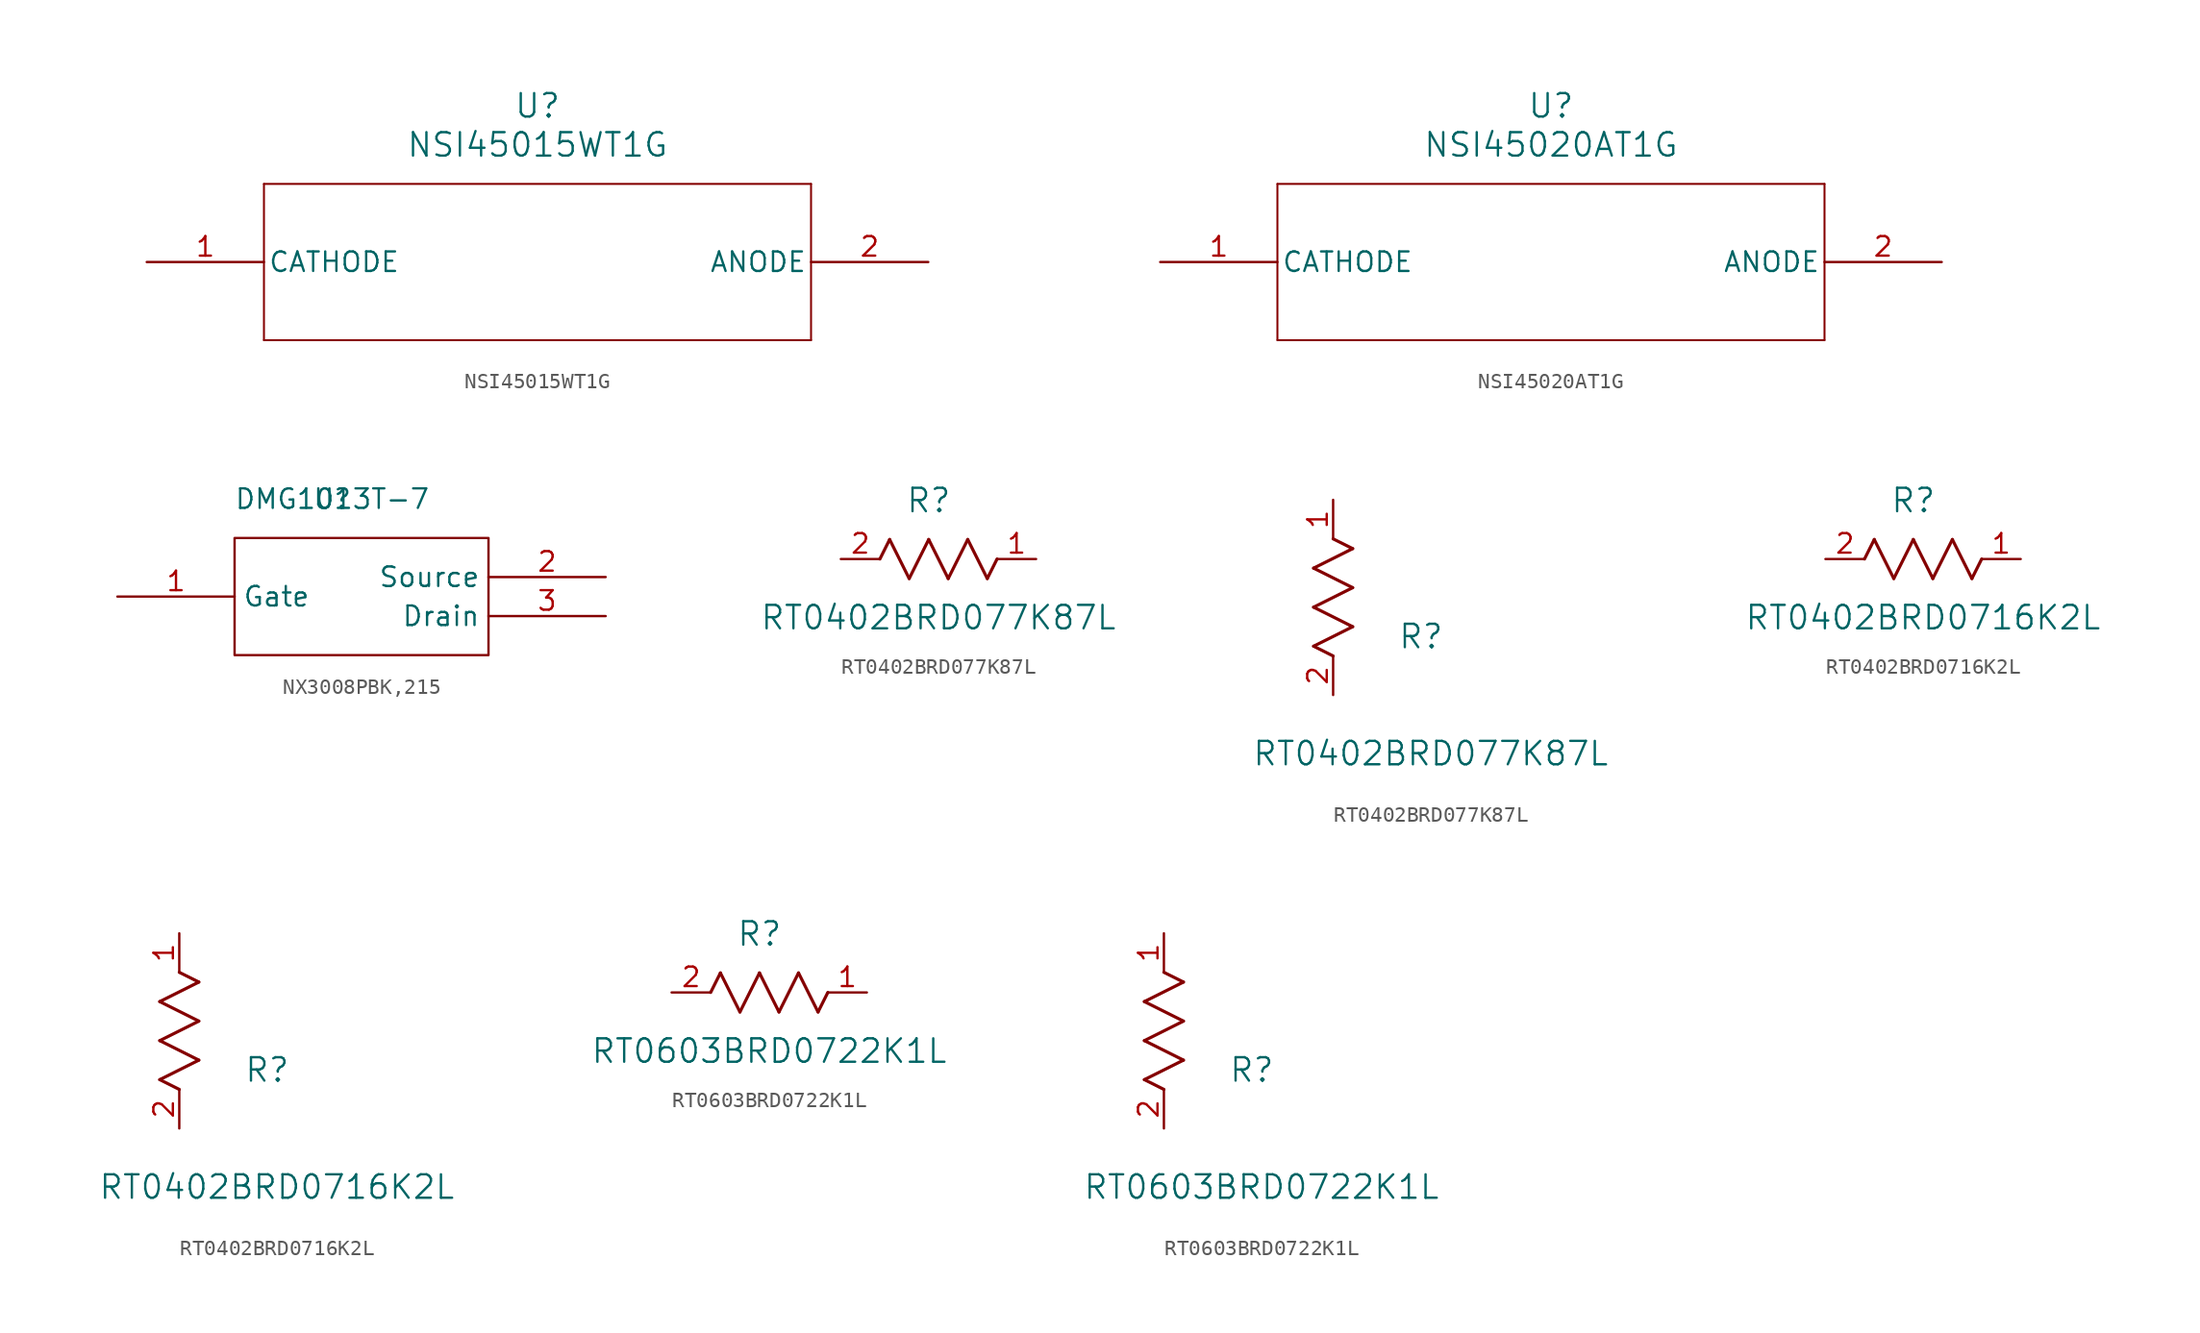
<source format=kicad_sym>
(kicad_symbol_lib
  (version 20231120)
  (generator "kicad_symbol_editor")
  (generator_version "8.0")
  (symbol "NSI45015WT1G"
    (pin_names
      (offset 0.254))
    (property "Reference" "U"
      (at 25.4 10.16 0)
      (effects (font (size 1.524 1.524))))
    (property "Value" "NSI45015WT1G"
      (at 25.4 7.62 0)
      (effects (font (size 1.524 1.524))))
    (property "ki_locked" ""
      (at 0 0 0)
      (effects (font (size 1.27 1.27))))
    (symbol "NSI45015WT1G_1_1"
      (polyline (pts (xy 7.62 -5.08) (xy 43.18 -5.08)) (stroke (width 0.127) (type default)) (fill (type none)))
      (polyline (pts (xy 7.62 5.08) (xy 7.62 -5.08)) (stroke (width 0.127) (type default)) (fill (type none)))
      (polyline (pts (xy 43.18 -5.08) (xy 43.18 5.08)) (stroke (width 0.127) (type default)) (fill (type none)))
      (polyline (pts (xy 43.18 5.08) (xy 7.62 5.08)) (stroke (width 0.127) (type default)) (fill (type none)))
      (pin passive line (at 0 0 0) (length 7.62) (name "CATHODE" (effects (font (size 1.27 1.27)))) (number "1" (effects (font (size 1.27 1.27)))))
      (pin passive line (at 50.8 0 180) (length 7.62) (name "ANODE" (effects (font (size 1.27 1.27)))) (number "2" (effects (font (size 1.27 1.27)))))))
  (symbol "NSI45020AT1G"
    (pin_names
      (offset 0.254))
    (property "Reference" "U"
      (at 25.4 10.16 0)
      (effects (font (size 1.524 1.524))))
    (property "Value" "NSI45020AT1G"
      (at 25.4 7.62 0)
      (effects (font (size 1.524 1.524))))
    (property "ki_locked" ""
      (at 0 0 0)
      (effects (font (size 1.27 1.27))))
    (symbol "NSI45020AT1G_1_1"
      (polyline (pts (xy 7.62 -5.08) (xy 43.18 -5.08)) (stroke (width 0.127) (type default)) (fill (type none)))
      (polyline (pts (xy 7.62 5.08) (xy 7.62 -5.08)) (stroke (width 0.127) (type default)) (fill (type none)))
      (polyline (pts (xy 43.18 -5.08) (xy 43.18 5.08)) (stroke (width 0.127) (type default)) (fill (type none)))
      (polyline (pts (xy 43.18 5.08) (xy 7.62 5.08)) (stroke (width 0.127) (type default)) (fill (type none)))
      (pin passive line (at 0 0 0) (length 7.62) (name "CATHODE" (effects (font (size 1.27 1.27)))) (number "1" (effects (font (size 1.27 1.27)))))
      (pin passive line (at 50.8 0 180) (length 7.62) (name "ANODE" (effects (font (size 1.27 1.27)))) (number "2" (effects (font (size 1.27 1.27)))))))
  (symbol "NX3008PBK,215"
    (property "Reference" "U"
      (at 0 0 0)
      (effects (font (size 1.27 1.27))))
    (property "Value" "DMG1013T-7"
      (at 0 0 0)
      (effects (font (size 1.27 1.27))))
    (symbol "NX3008PBK,215_0_1"
      (rectangle (start -6.35 -2.54) (end 10.16 -10.16) (stroke (width 0) (type default)) (fill (type none))))
    (symbol "NX3008PBK,215_1_1"
      (pin input line (at -13.97 -6.35 0) (length 7.62) (name "Gate" (effects (font (size 1.27 1.27)))) (number "1" (effects (font (size 1.27 1.27)))))
      (pin input line (at 17.78 -5.08 180) (length 7.62) (name "Source" (effects (font (size 1.27 1.27)))) (number "2" (effects (font (size 1.27 1.27)))))
      (pin input line (at 17.78 -7.62 180) (length 7.62) (name "Drain" (effects (font (size 1.27 1.27)))) (number "3" (effects (font (size 1.27 1.27)))))))
  (symbol "RT0402BRD077K87L"
    (pin_names
      (offset 0.254))
    (property "Reference" "R"
      (at 5.715 3.81 0)
      (effects (font (size 1.524 1.524))))
    (property "Value" "RT0402BRD077K87L"
      (at 6.35 -3.81 0)
      (effects (font (size 1.524 1.524))))
    (property "ki_locked" ""
      (at 0 0 0)
      (effects (font (size 1.27 1.27))))
    (symbol "RT0402BRD077K87L_1_1"
      (polyline (pts (xy 2.54 0) (xy 3.175 1.27)) (stroke (width 0.203) (type default)) (fill (type none)))
      (polyline (pts (xy 3.175 1.27) (xy 4.445 -1.27)) (stroke (width 0.203) (type default)) (fill (type none)))
      (polyline (pts (xy 4.445 -1.27) (xy 5.715 1.27)) (stroke (width 0.203) (type default)) (fill (type none)))
      (polyline (pts (xy 5.715 1.27) (xy 6.985 -1.27)) (stroke (width 0.203) (type default)) (fill (type none)))
      (polyline (pts (xy 6.985 -1.27) (xy 8.255 1.27)) (stroke (width 0.203) (type default)) (fill (type none)))
      (polyline (pts (xy 8.255 1.27) (xy 9.525 -1.27)) (stroke (width 0.203) (type default)) (fill (type none)))
      (polyline (pts (xy 9.525 -1.27) (xy 10.16 0)) (stroke (width 0.203) (type default)) (fill (type none)))
      (pin unspecified line (at 12.7 0 180) (length 2.54) (name "" (effects (font (size 1.27 1.27)))) (number "1" (effects (font (size 1.27 1.27)))))
      (pin unspecified line (at 0 0 0) (length 2.54) (name "" (effects (font (size 1.27 1.27)))) (number "2" (effects (font (size 1.27 1.27))))))
    (symbol "RT0402BRD077K87L_1_2"
      (polyline (pts (xy -1.27 3.175) (xy 1.27 4.445)) (stroke (width 0.203) (type default)) (fill (type none)))
      (polyline (pts (xy -1.27 5.715) (xy 1.27 6.985)) (stroke (width 0.203) (type default)) (fill (type none)))
      (polyline (pts (xy -1.27 8.255) (xy 1.27 9.525)) (stroke (width 0.203) (type default)) (fill (type none)))
      (polyline (pts (xy 0 2.54) (xy -1.27 3.175)) (stroke (width 0.203) (type default)) (fill (type none)))
      (polyline (pts (xy 1.27 4.445) (xy -1.27 5.715)) (stroke (width 0.203) (type default)) (fill (type none)))
      (polyline (pts (xy 1.27 6.985) (xy -1.27 8.255)) (stroke (width 0.203) (type default)) (fill (type none)))
      (polyline (pts (xy 1.27 9.525) (xy 0 10.16)) (stroke (width 0.203) (type default)) (fill (type none)))
      (pin unspecified line (at 0 12.7 270) (length 2.54) (name "" (effects (font (size 1.27 1.27)))) (number "1" (effects (font (size 1.27 1.27)))))
      (pin unspecified line (at 0 0 90) (length 2.54) (name "" (effects (font (size 1.27 1.27)))) (number "2" (effects (font (size 1.27 1.27)))))))
  (symbol "RT0402BRD0716K2L"
    (pin_names
      (offset 0.254))
    (property "Reference" "R"
      (at 5.715 3.81 0)
      (effects (font (size 1.524 1.524))))
    (property "Value" "RT0402BRD0716K2L"
      (at 6.35 -3.81 0)
      (effects (font (size 1.524 1.524))))
    (property "ki_locked" ""
      (at 0 0 0)
      (effects (font (size 1.27 1.27))))
    (symbol "RT0402BRD0716K2L_1_1"
      (polyline (pts (xy 2.54 0) (xy 3.175 1.27)) (stroke (width 0.203) (type default)) (fill (type none)))
      (polyline (pts (xy 3.175 1.27) (xy 4.445 -1.27)) (stroke (width 0.203) (type default)) (fill (type none)))
      (polyline (pts (xy 4.445 -1.27) (xy 5.715 1.27)) (stroke (width 0.203) (type default)) (fill (type none)))
      (polyline (pts (xy 5.715 1.27) (xy 6.985 -1.27)) (stroke (width 0.203) (type default)) (fill (type none)))
      (polyline (pts (xy 6.985 -1.27) (xy 8.255 1.27)) (stroke (width 0.203) (type default)) (fill (type none)))
      (polyline (pts (xy 8.255 1.27) (xy 9.525 -1.27)) (stroke (width 0.203) (type default)) (fill (type none)))
      (polyline (pts (xy 9.525 -1.27) (xy 10.16 0)) (stroke (width 0.203) (type default)) (fill (type none)))
      (pin passive line (at 12.7 0 180) (length 2.54) (name "" (effects (font (size 1.27 1.27)))) (number "1" (effects (font (size 1.27 1.27)))))
      (pin passive line (at 0 0 0) (length 2.54) (name "" (effects (font (size 1.27 1.27)))) (number "2" (effects (font (size 1.27 1.27))))))
    (symbol "RT0402BRD0716K2L_1_2"
      (polyline (pts (xy -1.27 3.175) (xy 1.27 4.445)) (stroke (width 0.203) (type default)) (fill (type none)))
      (polyline (pts (xy -1.27 5.715) (xy 1.27 6.985)) (stroke (width 0.203) (type default)) (fill (type none)))
      (polyline (pts (xy -1.27 8.255) (xy 1.27 9.525)) (stroke (width 0.203) (type default)) (fill (type none)))
      (polyline (pts (xy 0 2.54) (xy -1.27 3.175)) (stroke (width 0.203) (type default)) (fill (type none)))
      (polyline (pts (xy 1.27 4.445) (xy -1.27 5.715)) (stroke (width 0.203) (type default)) (fill (type none)))
      (polyline (pts (xy 1.27 6.985) (xy -1.27 8.255)) (stroke (width 0.203) (type default)) (fill (type none)))
      (polyline (pts (xy 1.27 9.525) (xy 0 10.16)) (stroke (width 0.203) (type default)) (fill (type none)))
      (pin unspecified line (at 0 12.7 270) (length 2.54) (name "" (effects (font (size 1.27 1.27)))) (number "1" (effects (font (size 1.27 1.27)))))
      (pin unspecified line (at 0 0 90) (length 2.54) (name "" (effects (font (size 1.27 1.27)))) (number "2" (effects (font (size 1.27 1.27)))))))
  (symbol "RT0603BRD0722K1L"
    (pin_names
      (offset 0.254))
    (property "Reference" "R"
      (at 5.715 3.81 0)
      (effects (font (size 1.524 1.524))))
    (property "Value" "RT0603BRD0722K1L"
      (at 6.35 -3.81 0)
      (effects (font (size 1.524 1.524))))
    (property "ki_locked" ""
      (at 0 0 0)
      (effects (font (size 1.27 1.27))))
    (symbol "RT0603BRD0722K1L_1_1"
      (polyline (pts (xy 2.54 0) (xy 3.175 1.27)) (stroke (width 0.203) (type default)) (fill (type none)))
      (polyline (pts (xy 3.175 1.27) (xy 4.445 -1.27)) (stroke (width 0.203) (type default)) (fill (type none)))
      (polyline (pts (xy 4.445 -1.27) (xy 5.715 1.27)) (stroke (width 0.203) (type default)) (fill (type none)))
      (polyline (pts (xy 5.715 1.27) (xy 6.985 -1.27)) (stroke (width 0.203) (type default)) (fill (type none)))
      (polyline (pts (xy 6.985 -1.27) (xy 8.255 1.27)) (stroke (width 0.203) (type default)) (fill (type none)))
      (polyline (pts (xy 8.255 1.27) (xy 9.525 -1.27)) (stroke (width 0.203) (type default)) (fill (type none)))
      (polyline (pts (xy 9.525 -1.27) (xy 10.16 0)) (stroke (width 0.203) (type default)) (fill (type none)))
      (pin passive line (at 12.7 0 180) (length 2.54) (name "" (effects (font (size 1.27 1.27)))) (number "1" (effects (font (size 1.27 1.27)))))
      (pin passive line (at 0 0 0) (length 2.54) (name "" (effects (font (size 1.27 1.27)))) (number "2" (effects (font (size 1.27 1.27))))))
    (symbol "RT0603BRD0722K1L_1_2"
      (polyline (pts (xy -1.27 3.175) (xy 1.27 4.445)) (stroke (width 0.203) (type default)) (fill (type none)))
      (polyline (pts (xy -1.27 5.715) (xy 1.27 6.985)) (stroke (width 0.203) (type default)) (fill (type none)))
      (polyline (pts (xy -1.27 8.255) (xy 1.27 9.525)) (stroke (width 0.203) (type default)) (fill (type none)))
      (polyline (pts (xy 0 2.54) (xy -1.27 3.175)) (stroke (width 0.203) (type default)) (fill (type none)))
      (polyline (pts (xy 1.27 4.445) (xy -1.27 5.715)) (stroke (width 0.203) (type default)) (fill (type none)))
      (polyline (pts (xy 1.27 6.985) (xy -1.27 8.255)) (stroke (width 0.203) (type default)) (fill (type none)))
      (polyline (pts (xy 1.27 9.525) (xy 0 10.16)) (stroke (width 0.203) (type default)) (fill (type none)))
      (pin unspecified line (at 0 12.7 270) (length 2.54) (name "" (effects (font (size 1.27 1.27)))) (number "1" (effects (font (size 1.27 1.27)))))
      (pin unspecified line (at 0 0 90) (length 2.54) (name "" (effects (font (size 1.27 1.27)))) (number "2" (effects (font (size 1.27 1.27))))))))
</source>
